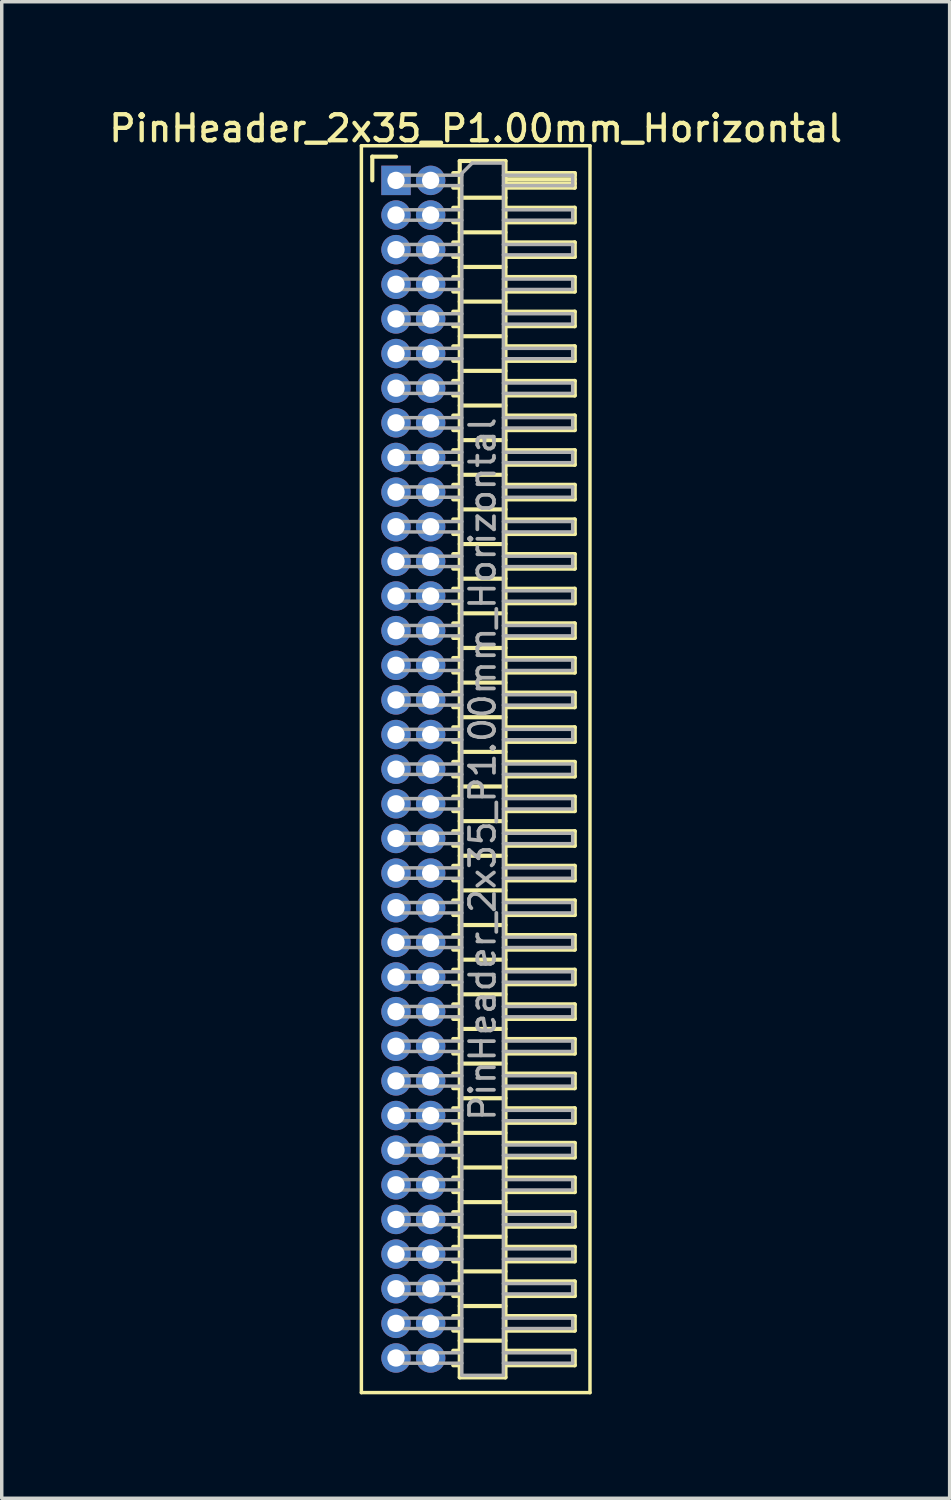
<source format=kicad_pcb>
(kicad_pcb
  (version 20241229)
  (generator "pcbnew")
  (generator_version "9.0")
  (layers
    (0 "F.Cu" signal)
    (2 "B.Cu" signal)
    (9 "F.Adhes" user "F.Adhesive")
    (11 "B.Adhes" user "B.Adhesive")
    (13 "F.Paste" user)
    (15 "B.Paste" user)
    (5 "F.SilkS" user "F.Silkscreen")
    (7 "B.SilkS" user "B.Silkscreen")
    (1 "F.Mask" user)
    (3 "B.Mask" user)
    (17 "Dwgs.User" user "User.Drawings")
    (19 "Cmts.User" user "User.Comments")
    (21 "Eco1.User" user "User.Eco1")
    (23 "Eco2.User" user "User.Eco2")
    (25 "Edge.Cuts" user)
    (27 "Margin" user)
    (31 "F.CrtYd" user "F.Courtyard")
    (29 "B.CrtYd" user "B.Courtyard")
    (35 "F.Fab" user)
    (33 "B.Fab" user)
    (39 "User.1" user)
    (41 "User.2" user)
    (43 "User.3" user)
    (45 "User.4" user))
  (footprint "PinHeader_2x35_P1.00mm_Horizontal"
    (layer "F.Cu")
    (at 8.384 2.158)
    (property "Reference" "PinHeader_2x35_P1.00mm_Horizontal" (at 2.3 -1.5 0) (layer "F.SilkS") (effects (font (size 0.75 0.75) (thickness 0.125))))
    (attr through_hole)
    (fp_line (start -1 -1) (end -1 35) (stroke (width 0.1) (type solid)) (layer "F.SilkS"))
    (fp_line (start -1 35) (end 5.6 35) (stroke (width 0.1) (type solid)) (layer "F.SilkS"))
    (fp_line (start -0.685 -0.685) (end 0 -0.685) (stroke (width 0.12) (type solid)) (layer "F.SilkS"))
    (fp_line (start -0.685 0) (end -0.685 -0.685) (stroke (width 0.12) (type solid)) (layer "F.SilkS"))
    (fp_line (start 1.652 -0.21) (end 1.84 -0.21) (stroke (width 0.12) (type solid)) (layer "F.SilkS"))
    (fp_line (start 1.652 0.21) (end 1.84 0.21) (stroke (width 0.12) (type solid)) (layer "F.SilkS"))
    (fp_line (start 1.652 0.79) (end 1.84 0.79) (stroke (width 0.12) (type solid)) (layer "F.SilkS"))
    (fp_line (start 1.652 1.21) (end 1.84 1.21) (stroke (width 0.12) (type solid)) (layer "F.SilkS"))
    (fp_line (start 1.652 1.79) (end 1.84 1.79) (stroke (width 0.12) (type solid)) (layer "F.SilkS"))
    (fp_line (start 1.652 2.21) (end 1.84 2.21) (stroke (width 0.12) (type solid)) (layer "F.SilkS"))
    (fp_line (start 1.652 2.79) (end 1.84 2.79) (stroke (width 0.12) (type solid)) (layer "F.SilkS"))
    (fp_line (start 1.652 3.21) (end 1.84 3.21) (stroke (width 0.12) (type solid)) (layer "F.SilkS"))
    (fp_line (start 1.652 3.79) (end 1.84 3.79) (stroke (width 0.12) (type solid)) (layer "F.SilkS"))
    (fp_line (start 1.652 4.21) (end 1.84 4.21) (stroke (width 0.12) (type solid)) (layer "F.SilkS"))
    (fp_line (start 1.652 4.79) (end 1.84 4.79) (stroke (width 0.12) (type solid)) (layer "F.SilkS"))
    (fp_line (start 1.652 5.21) (end 1.84 5.21) (stroke (width 0.12) (type solid)) (layer "F.SilkS"))
    (fp_line (start 1.652 5.79) (end 1.84 5.79) (stroke (width 0.12) (type solid)) (layer "F.SilkS"))
    (fp_line (start 1.652 6.21) (end 1.84 6.21) (stroke (width 0.12) (type solid)) (layer "F.SilkS"))
    (fp_line (start 1.652 6.79) (end 1.84 6.79) (stroke (width 0.12) (type solid)) (layer "F.SilkS"))
    (fp_line (start 1.652 7.21) (end 1.84 7.21) (stroke (width 0.12) (type solid)) (layer "F.SilkS"))
    (fp_line (start 1.652 7.79) (end 1.84 7.79) (stroke (width 0.12) (type solid)) (layer "F.SilkS"))
    (fp_line (start 1.652 8.21) (end 1.84 8.21) (stroke (width 0.12) (type solid)) (layer "F.SilkS"))
    (fp_line (start 1.652 8.79) (end 1.84 8.79) (stroke (width 0.12) (type solid)) (layer "F.SilkS"))
    (fp_line (start 1.652 9.21) (end 1.84 9.21) (stroke (width 0.12) (type solid)) (layer "F.SilkS"))
    (fp_line (start 1.652 9.79) (end 1.84 9.79) (stroke (width 0.12) (type solid)) (layer "F.SilkS"))
    (fp_line (start 1.652 10.21) (end 1.84 10.21) (stroke (width 0.12) (type solid)) (layer "F.SilkS"))
    (fp_line (start 1.652 10.79) (end 1.84 10.79) (stroke (width 0.12) (type solid)) (layer "F.SilkS"))
    (fp_line (start 1.652 11.21) (end 1.84 11.21) (stroke (width 0.12) (type solid)) (layer "F.SilkS"))
    (fp_line (start 1.652 11.79) (end 1.84 11.79) (stroke (width 0.12) (type solid)) (layer "F.SilkS"))
    (fp_line (start 1.652 12.21) (end 1.84 12.21) (stroke (width 0.12) (type solid)) (layer "F.SilkS"))
    (fp_line (start 1.652 12.79) (end 1.84 12.79) (stroke (width 0.12) (type solid)) (layer "F.SilkS"))
    (fp_line (start 1.652 13.21) (end 1.84 13.21) (stroke (width 0.12) (type solid)) (layer "F.SilkS"))
    (fp_line (start 1.652 13.79) (end 1.84 13.79) (stroke (width 0.12) (type solid)) (layer "F.SilkS"))
    (fp_line (start 1.652 14.21) (end 1.84 14.21) (stroke (width 0.12) (type solid)) (layer "F.SilkS"))
    (fp_line (start 1.652 14.79) (end 1.84 14.79) (stroke (width 0.12) (type solid)) (layer "F.SilkS"))
    (fp_line (start 1.652 15.21) (end 1.84 15.21) (stroke (width 0.12) (type solid)) (layer "F.SilkS"))
    (fp_line (start 1.652 15.79) (end 1.84 15.79) (stroke (width 0.12) (type solid)) (layer "F.SilkS"))
    (fp_line (start 1.652 16.21) (end 1.84 16.21) (stroke (width 0.12) (type solid)) (layer "F.SilkS"))
    (fp_line (start 1.652 16.79) (end 1.84 16.79) (stroke (width 0.12) (type solid)) (layer "F.SilkS"))
    (fp_line (start 1.652 17.21) (end 1.84 17.21) (stroke (width 0.12) (type solid)) (layer "F.SilkS"))
    (fp_line (start 1.652 17.79) (end 1.84 17.79) (stroke (width 0.12) (type solid)) (layer "F.SilkS"))
    (fp_line (start 1.652 18.21) (end 1.84 18.21) (stroke (width 0.12) (type solid)) (layer "F.SilkS"))
    (fp_line (start 1.652 18.79) (end 1.84 18.79) (stroke (width 0.12) (type solid)) (layer "F.SilkS"))
    (fp_line (start 1.652 19.21) (end 1.84 19.21) (stroke (width 0.12) (type solid)) (layer "F.SilkS"))
    (fp_line (start 1.652 19.79) (end 1.84 19.79) (stroke (width 0.12) (type solid)) (layer "F.SilkS"))
    (fp_line (start 1.652 20.21) (end 1.84 20.21) (stroke (width 0.12) (type solid)) (layer "F.SilkS"))
    (fp_line (start 1.652 20.79) (end 1.84 20.79) (stroke (width 0.12) (type solid)) (layer "F.SilkS"))
    (fp_line (start 1.652 21.21) (end 1.84 21.21) (stroke (width 0.12) (type solid)) (layer "F.SilkS"))
    (fp_line (start 1.652 21.79) (end 1.84 21.79) (stroke (width 0.12) (type solid)) (layer "F.SilkS"))
    (fp_line (start 1.652 22.21) (end 1.84 22.21) (stroke (width 0.12) (type solid)) (layer "F.SilkS"))
    (fp_line (start 1.652 22.79) (end 1.84 22.79) (stroke (width 0.12) (type solid)) (layer "F.SilkS"))
    (fp_line (start 1.652 23.21) (end 1.84 23.21) (stroke (width 0.12) (type solid)) (layer "F.SilkS"))
    (fp_line (start 1.652 23.79) (end 1.84 23.79) (stroke (width 0.12) (type solid)) (layer "F.SilkS"))
    (fp_line (start 1.652 24.21) (end 1.84 24.21) (stroke (width 0.12) (type solid)) (layer "F.SilkS"))
    (fp_line (start 1.652 24.79) (end 1.84 24.79) (stroke (width 0.12) (type solid)) (layer "F.SilkS"))
    (fp_line (start 1.652 25.21) (end 1.84 25.21) (stroke (width 0.12) (type solid)) (layer "F.SilkS"))
    (fp_line (start 1.652 25.79) (end 1.84 25.79) (stroke (width 0.12) (type solid)) (layer "F.SilkS"))
    (fp_line (start 1.652 26.21) (end 1.84 26.21) (stroke (width 0.12) (type solid)) (layer "F.SilkS"))
    (fp_line (start 1.652 26.79) (end 1.84 26.79) (stroke (width 0.12) (type solid)) (layer "F.SilkS"))
    (fp_line (start 1.652 27.21) (end 1.84 27.21) (stroke (width 0.12) (type solid)) (layer "F.SilkS"))
    (fp_line (start 1.652 27.79) (end 1.84 27.79) (stroke (width 0.12) (type solid)) (layer "F.SilkS"))
    (fp_line (start 1.652 28.21) (end 1.84 28.21) (stroke (width 0.12) (type solid)) (layer "F.SilkS"))
    (fp_line (start 1.652 28.79) (end 1.84 28.79) (stroke (width 0.12) (type solid)) (layer "F.SilkS"))
    (fp_line (start 1.652 29.21) (end 1.84 29.21) (stroke (width 0.12) (type solid)) (layer "F.SilkS"))
    (fp_line (start 1.652 29.79) (end 1.84 29.79) (stroke (width 0.12) (type solid)) (layer "F.SilkS"))
    (fp_line (start 1.652 30.21) (end 1.84 30.21) (stroke (width 0.12) (type solid)) (layer "F.SilkS"))
    (fp_line (start 1.652 30.79) (end 1.84 30.79) (stroke (width 0.12) (type solid)) (layer "F.SilkS"))
    (fp_line (start 1.652 31.21) (end 1.84 31.21) (stroke (width 0.12) (type solid)) (layer "F.SilkS"))
    (fp_line (start 1.652 31.79) (end 1.84 31.79) (stroke (width 0.12) (type solid)) (layer "F.SilkS"))
    (fp_line (start 1.652 32.21) (end 1.84 32.21) (stroke (width 0.12) (type solid)) (layer "F.SilkS"))
    (fp_line (start 1.652 32.79) (end 1.84 32.79) (stroke (width 0.12) (type solid)) (layer "F.SilkS"))
    (fp_line (start 1.652 33.21) (end 1.84 33.21) (stroke (width 0.12) (type solid)) (layer "F.SilkS"))
    (fp_line (start 1.652 33.79) (end 1.84 33.79) (stroke (width 0.12) (type solid)) (layer "F.SilkS"))
    (fp_line (start 1.652 34.21) (end 1.84 34.21) (stroke (width 0.12) (type solid)) (layer "F.SilkS"))
    (fp_line (start 1.84 -0.56) (end 1.84 34.56) (stroke (width 0.12) (type solid)) (layer "F.SilkS"))
    (fp_line (start 1.84 0.5) (end 3.16 0.5) (stroke (width 0.12) (type solid)) (layer "F.SilkS"))
    (fp_line (start 1.84 1.5) (end 3.16 1.5) (stroke (width 0.12) (type solid)) (layer "F.SilkS"))
    (fp_line (start 1.84 2.5) (end 3.16 2.5) (stroke (width 0.12) (type solid)) (layer "F.SilkS"))
    (fp_line (start 1.84 3.5) (end 3.16 3.5) (stroke (width 0.12) (type solid)) (layer "F.SilkS"))
    (fp_line (start 1.84 4.5) (end 3.16 4.5) (stroke (width 0.12) (type solid)) (layer "F.SilkS"))
    (fp_line (start 1.84 5.5) (end 3.16 5.5) (stroke (width 0.12) (type solid)) (layer "F.SilkS"))
    (fp_line (start 1.84 6.5) (end 3.16 6.5) (stroke (width 0.12) (type solid)) (layer "F.SilkS"))
    (fp_line (start 1.84 7.5) (end 3.16 7.5) (stroke (width 0.12) (type solid)) (layer "F.SilkS"))
    (fp_line (start 1.84 8.5) (end 3.16 8.5) (stroke (width 0.12) (type solid)) (layer "F.SilkS"))
    (fp_line (start 1.84 9.5) (end 3.16 9.5) (stroke (width 0.12) (type solid)) (layer "F.SilkS"))
    (fp_line (start 1.84 10.5) (end 3.16 10.5) (stroke (width 0.12) (type solid)) (layer "F.SilkS"))
    (fp_line (start 1.84 11.5) (end 3.16 11.5) (stroke (width 0.12) (type solid)) (layer "F.SilkS"))
    (fp_line (start 1.84 12.5) (end 3.16 12.5) (stroke (width 0.12) (type solid)) (layer "F.SilkS"))
    (fp_line (start 1.84 13.5) (end 3.16 13.5) (stroke (width 0.12) (type solid)) (layer "F.SilkS"))
    (fp_line (start 1.84 14.5) (end 3.16 14.5) (stroke (width 0.12) (type solid)) (layer "F.SilkS"))
    (fp_line (start 1.84 15.5) (end 3.16 15.5) (stroke (width 0.12) (type solid)) (layer "F.SilkS"))
    (fp_line (start 1.84 16.5) (end 3.16 16.5) (stroke (width 0.12) (type solid)) (layer "F.SilkS"))
    (fp_line (start 1.84 17.5) (end 3.16 17.5) (stroke (width 0.12) (type solid)) (layer "F.SilkS"))
    (fp_line (start 1.84 18.5) (end 3.16 18.5) (stroke (width 0.12) (type solid)) (layer "F.SilkS"))
    (fp_line (start 1.84 19.5) (end 3.16 19.5) (stroke (width 0.12) (type solid)) (layer "F.SilkS"))
    (fp_line (start 1.84 20.5) (end 3.16 20.5) (stroke (width 0.12) (type solid)) (layer "F.SilkS"))
    (fp_line (start 1.84 21.5) (end 3.16 21.5) (stroke (width 0.12) (type solid)) (layer "F.SilkS"))
    (fp_line (start 1.84 22.5) (end 3.16 22.5) (stroke (width 0.12) (type solid)) (layer "F.SilkS"))
    (fp_line (start 1.84 23.5) (end 3.16 23.5) (stroke (width 0.12) (type solid)) (layer "F.SilkS"))
    (fp_line (start 1.84 24.5) (end 3.16 24.5) (stroke (width 0.12) (type solid)) (layer "F.SilkS"))
    (fp_line (start 1.84 25.5) (end 3.16 25.5) (stroke (width 0.12) (type solid)) (layer "F.SilkS"))
    (fp_line (start 1.84 26.5) (end 3.16 26.5) (stroke (width 0.12) (type solid)) (layer "F.SilkS"))
    (fp_line (start 1.84 27.5) (end 3.16 27.5) (stroke (width 0.12) (type solid)) (layer "F.SilkS"))
    (fp_line (start 1.84 28.5) (end 3.16 28.5) (stroke (width 0.12) (type solid)) (layer "F.SilkS"))
    (fp_line (start 1.84 29.5) (end 3.16 29.5) (stroke (width 0.12) (type solid)) (layer "F.SilkS"))
    (fp_line (start 1.84 30.5) (end 3.16 30.5) (stroke (width 0.12) (type solid)) (layer "F.SilkS"))
    (fp_line (start 1.84 31.5) (end 3.16 31.5) (stroke (width 0.12) (type solid)) (layer "F.SilkS"))
    (fp_line (start 1.84 32.5) (end 3.16 32.5) (stroke (width 0.12) (type solid)) (layer "F.SilkS"))
    (fp_line (start 1.84 33.5) (end 3.16 33.5) (stroke (width 0.12) (type solid)) (layer "F.SilkS"))
    (fp_line (start 1.84 34.56) (end 3.16 34.56) (stroke (width 0.12) (type solid)) (layer "F.SilkS"))
    (fp_line (start 3.16 -0.56) (end 1.84 -0.56) (stroke (width 0.12) (type solid)) (layer "F.SilkS"))
    (fp_line (start 3.16 -0.21) (end 5.16 -0.21) (stroke (width 0.12) (type solid)) (layer "F.SilkS"))
    (fp_line (start 3.16 -0.15) (end 5.16 -0.15) (stroke (width 0.12) (type solid)) (layer "F.SilkS"))
    (fp_line (start 3.16 -0.03) (end 5.16 -0.03) (stroke (width 0.12) (type solid)) (layer "F.SilkS"))
    (fp_line (start 3.16 0.09) (end 5.16 0.09) (stroke (width 0.12) (type solid)) (layer "F.SilkS"))
    (fp_line (start 3.16 0.79) (end 5.16 0.79) (stroke (width 0.12) (type solid)) (layer "F.SilkS"))
    (fp_line (start 3.16 1.79) (end 5.16 1.79) (stroke (width 0.12) (type solid)) (layer "F.SilkS"))
    (fp_line (start 3.16 2.79) (end 5.16 2.79) (stroke (width 0.12) (type solid)) (layer "F.SilkS"))
    (fp_line (start 3.16 3.79) (end 5.16 3.79) (stroke (width 0.12) (type solid)) (layer "F.SilkS"))
    (fp_line (start 3.16 4.79) (end 5.16 4.79) (stroke (width 0.12) (type solid)) (layer "F.SilkS"))
    (fp_line (start 3.16 5.79) (end 5.16 5.79) (stroke (width 0.12) (type solid)) (layer "F.SilkS"))
    (fp_line (start 3.16 6.79) (end 5.16 6.79) (stroke (width 0.12) (type solid)) (layer "F.SilkS"))
    (fp_line (start 3.16 7.79) (end 5.16 7.79) (stroke (width 0.12) (type solid)) (layer "F.SilkS"))
    (fp_line (start 3.16 8.79) (end 5.16 8.79) (stroke (width 0.12) (type solid)) (layer "F.SilkS"))
    (fp_line (start 3.16 9.79) (end 5.16 9.79) (stroke (width 0.12) (type solid)) (layer "F.SilkS"))
    (fp_line (start 3.16 10.79) (end 5.16 10.79) (stroke (width 0.12) (type solid)) (layer "F.SilkS"))
    (fp_line (start 3.16 11.79) (end 5.16 11.79) (stroke (width 0.12) (type solid)) (layer "F.SilkS"))
    (fp_line (start 3.16 12.79) (end 5.16 12.79) (stroke (width 0.12) (type solid)) (layer "F.SilkS"))
    (fp_line (start 3.16 13.79) (end 5.16 13.79) (stroke (width 0.12) (type solid)) (layer "F.SilkS"))
    (fp_line (start 3.16 14.79) (end 5.16 14.79) (stroke (width 0.12) (type solid)) (layer "F.SilkS"))
    (fp_line (start 3.16 15.79) (end 5.16 15.79) (stroke (width 0.12) (type solid)) (layer "F.SilkS"))
    (fp_line (start 3.16 16.79) (end 5.16 16.79) (stroke (width 0.12) (type solid)) (layer "F.SilkS"))
    (fp_line (start 3.16 17.79) (end 5.16 17.79) (stroke (width 0.12) (type solid)) (layer "F.SilkS"))
    (fp_line (start 3.16 18.79) (end 5.16 18.79) (stroke (width 0.12) (type solid)) (layer "F.SilkS"))
    (fp_line (start 3.16 19.79) (end 5.16 19.79) (stroke (width 0.12) (type solid)) (layer "F.SilkS"))
    (fp_line (start 3.16 20.79) (end 5.16 20.79) (stroke (width 0.12) (type solid)) (layer "F.SilkS"))
    (fp_line (start 3.16 21.79) (end 5.16 21.79) (stroke (width 0.12) (type solid)) (layer "F.SilkS"))
    (fp_line (start 3.16 22.79) (end 5.16 22.79) (stroke (width 0.12) (type solid)) (layer "F.SilkS"))
    (fp_line (start 3.16 23.79) (end 5.16 23.79) (stroke (width 0.12) (type solid)) (layer "F.SilkS"))
    (fp_line (start 3.16 24.79) (end 5.16 24.79) (stroke (width 0.12) (type solid)) (layer "F.SilkS"))
    (fp_line (start 3.16 25.79) (end 5.16 25.79) (stroke (width 0.12) (type solid)) (layer "F.SilkS"))
    (fp_line (start 3.16 26.79) (end 5.16 26.79) (stroke (width 0.12) (type solid)) (layer "F.SilkS"))
    (fp_line (start 3.16 27.79) (end 5.16 27.79) (stroke (width 0.12) (type solid)) (layer "F.SilkS"))
    (fp_line (start 3.16 28.79) (end 5.16 28.79) (stroke (width 0.12) (type solid)) (layer "F.SilkS"))
    (fp_line (start 3.16 29.79) (end 5.16 29.79) (stroke (width 0.12) (type solid)) (layer "F.SilkS"))
    (fp_line (start 3.16 30.79) (end 5.16 30.79) (stroke (width 0.12) (type solid)) (layer "F.SilkS"))
    (fp_line (start 3.16 31.79) (end 5.16 31.79) (stroke (width 0.12) (type solid)) (layer "F.SilkS"))
    (fp_line (start 3.16 32.79) (end 5.16 32.79) (stroke (width 0.12) (type solid)) (layer "F.SilkS"))
    (fp_line (start 3.16 33.79) (end 5.16 33.79) (stroke (width 0.12) (type solid)) (layer "F.SilkS"))
    (fp_line (start 3.16 34.56) (end 3.16 -0.56) (stroke (width 0.12) (type solid)) (layer "F.SilkS"))
    (fp_line (start 5.16 -0.21) (end 5.16 0.21) (stroke (width 0.12) (type solid)) (layer "F.SilkS"))
    (fp_line (start 5.16 0.21) (end 3.16 0.21) (stroke (width 0.12) (type solid)) (layer "F.SilkS"))
    (fp_line (start 5.16 0.79) (end 5.16 1.21) (stroke (width 0.12) (type solid)) (layer "F.SilkS"))
    (fp_line (start 5.16 1.21) (end 3.16 1.21) (stroke (width 0.12) (type solid)) (layer "F.SilkS"))
    (fp_line (start 5.16 1.79) (end 5.16 2.21) (stroke (width 0.12) (type solid)) (layer "F.SilkS"))
    (fp_line (start 5.16 2.21) (end 3.16 2.21) (stroke (width 0.12) (type solid)) (layer "F.SilkS"))
    (fp_line (start 5.16 2.79) (end 5.16 3.21) (stroke (width 0.12) (type solid)) (layer "F.SilkS"))
    (fp_line (start 5.16 3.21) (end 3.16 3.21) (stroke (width 0.12) (type solid)) (layer "F.SilkS"))
    (fp_line (start 5.16 3.79) (end 5.16 4.21) (stroke (width 0.12) (type solid)) (layer "F.SilkS"))
    (fp_line (start 5.16 4.21) (end 3.16 4.21) (stroke (width 0.12) (type solid)) (layer "F.SilkS"))
    (fp_line (start 5.16 4.79) (end 5.16 5.21) (stroke (width 0.12) (type solid)) (layer "F.SilkS"))
    (fp_line (start 5.16 5.21) (end 3.16 5.21) (stroke (width 0.12) (type solid)) (layer "F.SilkS"))
    (fp_line (start 5.16 5.79) (end 5.16 6.21) (stroke (width 0.12) (type solid)) (layer "F.SilkS"))
    (fp_line (start 5.16 6.21) (end 3.16 6.21) (stroke (width 0.12) (type solid)) (layer "F.SilkS"))
    (fp_line (start 5.16 6.79) (end 5.16 7.21) (stroke (width 0.12) (type solid)) (layer "F.SilkS"))
    (fp_line (start 5.16 7.21) (end 3.16 7.21) (stroke (width 0.12) (type solid)) (layer "F.SilkS"))
    (fp_line (start 5.16 7.79) (end 5.16 8.21) (stroke (width 0.12) (type solid)) (layer "F.SilkS"))
    (fp_line (start 5.16 8.21) (end 3.16 8.21) (stroke (width 0.12) (type solid)) (layer "F.SilkS"))
    (fp_line (start 5.16 8.79) (end 5.16 9.21) (stroke (width 0.12) (type solid)) (layer "F.SilkS"))
    (fp_line (start 5.16 9.21) (end 3.16 9.21) (stroke (width 0.12) (type solid)) (layer "F.SilkS"))
    (fp_line (start 5.16 9.79) (end 5.16 10.21) (stroke (width 0.12) (type solid)) (layer "F.SilkS"))
    (fp_line (start 5.16 10.21) (end 3.16 10.21) (stroke (width 0.12) (type solid)) (layer "F.SilkS"))
    (fp_line (start 5.16 10.79) (end 5.16 11.21) (stroke (width 0.12) (type solid)) (layer "F.SilkS"))
    (fp_line (start 5.16 11.21) (end 3.16 11.21) (stroke (width 0.12) (type solid)) (layer "F.SilkS"))
    (fp_line (start 5.16 11.79) (end 5.16 12.21) (stroke (width 0.12) (type solid)) (layer "F.SilkS"))
    (fp_line (start 5.16 12.21) (end 3.16 12.21) (stroke (width 0.12) (type solid)) (layer "F.SilkS"))
    (fp_line (start 5.16 12.79) (end 5.16 13.21) (stroke (width 0.12) (type solid)) (layer "F.SilkS"))
    (fp_line (start 5.16 13.21) (end 3.16 13.21) (stroke (width 0.12) (type solid)) (layer "F.SilkS"))
    (fp_line (start 5.16 13.79) (end 5.16 14.21) (stroke (width 0.12) (type solid)) (layer "F.SilkS"))
    (fp_line (start 5.16 14.21) (end 3.16 14.21) (stroke (width 0.12) (type solid)) (layer "F.SilkS"))
    (fp_line (start 5.16 14.79) (end 5.16 15.21) (stroke (width 0.12) (type solid)) (layer "F.SilkS"))
    (fp_line (start 5.16 15.21) (end 3.16 15.21) (stroke (width 0.12) (type solid)) (layer "F.SilkS"))
    (fp_line (start 5.16 15.79) (end 5.16 16.21) (stroke (width 0.12) (type solid)) (layer "F.SilkS"))
    (fp_line (start 5.16 16.21) (end 3.16 16.21) (stroke (width 0.12) (type solid)) (layer "F.SilkS"))
    (fp_line (start 5.16 16.79) (end 5.16 17.21) (stroke (width 0.12) (type solid)) (layer "F.SilkS"))
    (fp_line (start 5.16 17.21) (end 3.16 17.21) (stroke (width 0.12) (type solid)) (layer "F.SilkS"))
    (fp_line (start 5.16 17.79) (end 5.16 18.21) (stroke (width 0.12) (type solid)) (layer "F.SilkS"))
    (fp_line (start 5.16 18.21) (end 3.16 18.21) (stroke (width 0.12) (type solid)) (layer "F.SilkS"))
    (fp_line (start 5.16 18.79) (end 5.16 19.21) (stroke (width 0.12) (type solid)) (layer "F.SilkS"))
    (fp_line (start 5.16 19.21) (end 3.16 19.21) (stroke (width 0.12) (type solid)) (layer "F.SilkS"))
    (fp_line (start 5.16 19.79) (end 5.16 20.21) (stroke (width 0.12) (type solid)) (layer "F.SilkS"))
    (fp_line (start 5.16 20.21) (end 3.16 20.21) (stroke (width 0.12) (type solid)) (layer "F.SilkS"))
    (fp_line (start 5.16 20.79) (end 5.16 21.21) (stroke (width 0.12) (type solid)) (layer "F.SilkS"))
    (fp_line (start 5.16 21.21) (end 3.16 21.21) (stroke (width 0.12) (type solid)) (layer "F.SilkS"))
    (fp_line (start 5.16 21.79) (end 5.16 22.21) (stroke (width 0.12) (type solid)) (layer "F.SilkS"))
    (fp_line (start 5.16 22.21) (end 3.16 22.21) (stroke (width 0.12) (type solid)) (layer "F.SilkS"))
    (fp_line (start 5.16 22.79) (end 5.16 23.21) (stroke (width 0.12) (type solid)) (layer "F.SilkS"))
    (fp_line (start 5.16 23.21) (end 3.16 23.21) (stroke (width 0.12) (type solid)) (layer "F.SilkS"))
    (fp_line (start 5.16 23.79) (end 5.16 24.21) (stroke (width 0.12) (type solid)) (layer "F.SilkS"))
    (fp_line (start 5.16 24.21) (end 3.16 24.21) (stroke (width 0.12) (type solid)) (layer "F.SilkS"))
    (fp_line (start 5.16 24.79) (end 5.16 25.21) (stroke (width 0.12) (type solid)) (layer "F.SilkS"))
    (fp_line (start 5.16 25.21) (end 3.16 25.21) (stroke (width 0.12) (type solid)) (layer "F.SilkS"))
    (fp_line (start 5.16 25.79) (end 5.16 26.21) (stroke (width 0.12) (type solid)) (layer "F.SilkS"))
    (fp_line (start 5.16 26.21) (end 3.16 26.21) (stroke (width 0.12) (type solid)) (layer "F.SilkS"))
    (fp_line (start 5.16 26.79) (end 5.16 27.21) (stroke (width 0.12) (type solid)) (layer "F.SilkS"))
    (fp_line (start 5.16 27.21) (end 3.16 27.21) (stroke (width 0.12) (type solid)) (layer "F.SilkS"))
    (fp_line (start 5.16 27.79) (end 5.16 28.21) (stroke (width 0.12) (type solid)) (layer "F.SilkS"))
    (fp_line (start 5.16 28.21) (end 3.16 28.21) (stroke (width 0.12) (type solid)) (layer "F.SilkS"))
    (fp_line (start 5.16 28.79) (end 5.16 29.21) (stroke (width 0.12) (type solid)) (layer "F.SilkS"))
    (fp_line (start 5.16 29.21) (end 3.16 29.21) (stroke (width 0.12) (type solid)) (layer "F.SilkS"))
    (fp_line (start 5.16 29.79) (end 5.16 30.21) (stroke (width 0.12) (type solid)) (layer "F.SilkS"))
    (fp_line (start 5.16 30.21) (end 3.16 30.21) (stroke (width 0.12) (type solid)) (layer "F.SilkS"))
    (fp_line (start 5.16 30.79) (end 5.16 31.21) (stroke (width 0.12) (type solid)) (layer "F.SilkS"))
    (fp_line (start 5.16 31.21) (end 3.16 31.21) (stroke (width 0.12) (type solid)) (layer "F.SilkS"))
    (fp_line (start 5.16 31.79) (end 5.16 32.21) (stroke (width 0.12) (type solid)) (layer "F.SilkS"))
    (fp_line (start 5.16 32.21) (end 3.16 32.21) (stroke (width 0.12) (type solid)) (layer "F.SilkS"))
    (fp_line (start 5.16 32.79) (end 5.16 33.21) (stroke (width 0.12) (type solid)) (layer "F.SilkS"))
    (fp_line (start 5.16 33.21) (end 3.16 33.21) (stroke (width 0.12) (type solid)) (layer "F.SilkS"))
    (fp_line (start 5.16 33.79) (end 5.16 34.21) (stroke (width 0.12) (type solid)) (layer "F.SilkS"))
    (fp_line (start 5.16 34.21) (end 3.16 34.21) (stroke (width 0.12) (type solid)) (layer "F.SilkS"))
    (fp_line (start 5.6 -1) (end -1 -1) (stroke (width 0.1) (type solid)) (layer "F.SilkS"))
    (fp_line (start 5.6 35) (end 5.6 -1) (stroke (width 0.1) (type solid)) (layer "F.SilkS"))
    (fp_line (start -0.15 -0.15) (end -0.15 0.15) (stroke (width 0.1) (type solid)) (layer "F.Fab"))
    (fp_line (start -0.15 -0.15) (end 1.9 -0.15) (stroke (width 0.1) (type solid)) (layer "F.Fab"))
    (fp_line (start -0.15 0.15) (end 1.9 0.15) (stroke (width 0.1) (type solid)) (layer "F.Fab"))
    (fp_line (start -0.15 0.85) (end -0.15 1.15) (stroke (width 0.1) (type solid)) (layer "F.Fab"))
    (fp_line (start -0.15 0.85) (end 1.9 0.85) (stroke (width 0.1) (type solid)) (layer "F.Fab"))
    (fp_line (start -0.15 1.15) (end 1.9 1.15) (stroke (width 0.1) (type solid)) (layer "F.Fab"))
    (fp_line (start -0.15 1.85) (end -0.15 2.15) (stroke (width 0.1) (type solid)) (layer "F.Fab"))
    (fp_line (start -0.15 1.85) (end 1.9 1.85) (stroke (width 0.1) (type solid)) (layer "F.Fab"))
    (fp_line (start -0.15 2.15) (end 1.9 2.15) (stroke (width 0.1) (type solid)) (layer "F.Fab"))
    (fp_line (start -0.15 2.85) (end -0.15 3.15) (stroke (width 0.1) (type solid)) (layer "F.Fab"))
    (fp_line (start -0.15 2.85) (end 1.9 2.85) (stroke (width 0.1) (type solid)) (layer "F.Fab"))
    (fp_line (start -0.15 3.15) (end 1.9 3.15) (stroke (width 0.1) (type solid)) (layer "F.Fab"))
    (fp_line (start -0.15 3.85) (end -0.15 4.15) (stroke (width 0.1) (type solid)) (layer "F.Fab"))
    (fp_line (start -0.15 3.85) (end 1.9 3.85) (stroke (width 0.1) (type solid)) (layer "F.Fab"))
    (fp_line (start -0.15 4.15) (end 1.9 4.15) (stroke (width 0.1) (type solid)) (layer "F.Fab"))
    (fp_line (start -0.15 4.85) (end -0.15 5.15) (stroke (width 0.1) (type solid)) (layer "F.Fab"))
    (fp_line (start -0.15 4.85) (end 1.9 4.85) (stroke (width 0.1) (type solid)) (layer "F.Fab"))
    (fp_line (start -0.15 5.15) (end 1.9 5.15) (stroke (width 0.1) (type solid)) (layer "F.Fab"))
    (fp_line (start -0.15 5.85) (end -0.15 6.15) (stroke (width 0.1) (type solid)) (layer "F.Fab"))
    (fp_line (start -0.15 5.85) (end 1.9 5.85) (stroke (width 0.1) (type solid)) (layer "F.Fab"))
    (fp_line (start -0.15 6.15) (end 1.9 6.15) (stroke (width 0.1) (type solid)) (layer "F.Fab"))
    (fp_line (start -0.15 6.85) (end -0.15 7.15) (stroke (width 0.1) (type solid)) (layer "F.Fab"))
    (fp_line (start -0.15 6.85) (end 1.9 6.85) (stroke (width 0.1) (type solid)) (layer "F.Fab"))
    (fp_line (start -0.15 7.15) (end 1.9 7.15) (stroke (width 0.1) (type solid)) (layer "F.Fab"))
    (fp_line (start -0.15 7.85) (end -0.15 8.15) (stroke (width 0.1) (type solid)) (layer "F.Fab"))
    (fp_line (start -0.15 7.85) (end 1.9 7.85) (stroke (width 0.1) (type solid)) (layer "F.Fab"))
    (fp_line (start -0.15 8.15) (end 1.9 8.15) (stroke (width 0.1) (type solid)) (layer "F.Fab"))
    (fp_line (start -0.15 8.85) (end -0.15 9.15) (stroke (width 0.1) (type solid)) (layer "F.Fab"))
    (fp_line (start -0.15 8.85) (end 1.9 8.85) (stroke (width 0.1) (type solid)) (layer "F.Fab"))
    (fp_line (start -0.15 9.15) (end 1.9 9.15) (stroke (width 0.1) (type solid)) (layer "F.Fab"))
    (fp_line (start -0.15 9.85) (end -0.15 10.15) (stroke (width 0.1) (type solid)) (layer "F.Fab"))
    (fp_line (start -0.15 9.85) (end 1.9 9.85) (stroke (width 0.1) (type solid)) (layer "F.Fab"))
    (fp_line (start -0.15 10.15) (end 1.9 10.15) (stroke (width 0.1) (type solid)) (layer "F.Fab"))
    (fp_line (start -0.15 10.85) (end -0.15 11.15) (stroke (width 0.1) (type solid)) (layer "F.Fab"))
    (fp_line (start -0.15 10.85) (end 1.9 10.85) (stroke (width 0.1) (type solid)) (layer "F.Fab"))
    (fp_line (start -0.15 11.15) (end 1.9 11.15) (stroke (width 0.1) (type solid)) (layer "F.Fab"))
    (fp_line (start -0.15 11.85) (end -0.15 12.15) (stroke (width 0.1) (type solid)) (layer "F.Fab"))
    (fp_line (start -0.15 11.85) (end 1.9 11.85) (stroke (width 0.1) (type solid)) (layer "F.Fab"))
    (fp_line (start -0.15 12.15) (end 1.9 12.15) (stroke (width 0.1) (type solid)) (layer "F.Fab"))
    (fp_line (start -0.15 12.85) (end -0.15 13.15) (stroke (width 0.1) (type solid)) (layer "F.Fab"))
    (fp_line (start -0.15 12.85) (end 1.9 12.85) (stroke (width 0.1) (type solid)) (layer "F.Fab"))
    (fp_line (start -0.15 13.15) (end 1.9 13.15) (stroke (width 0.1) (type solid)) (layer "F.Fab"))
    (fp_line (start -0.15 13.85) (end -0.15 14.15) (stroke (width 0.1) (type solid)) (layer "F.Fab"))
    (fp_line (start -0.15 13.85) (end 1.9 13.85) (stroke (width 0.1) (type solid)) (layer "F.Fab"))
    (fp_line (start -0.15 14.15) (end 1.9 14.15) (stroke (width 0.1) (type solid)) (layer "F.Fab"))
    (fp_line (start -0.15 14.85) (end -0.15 15.15) (stroke (width 0.1) (type solid)) (layer "F.Fab"))
    (fp_line (start -0.15 14.85) (end 1.9 14.85) (stroke (width 0.1) (type solid)) (layer "F.Fab"))
    (fp_line (start -0.15 15.15) (end 1.9 15.15) (stroke (width 0.1) (type solid)) (layer "F.Fab"))
    (fp_line (start -0.15 15.85) (end -0.15 16.15) (stroke (width 0.1) (type solid)) (layer "F.Fab"))
    (fp_line (start -0.15 15.85) (end 1.9 15.85) (stroke (width 0.1) (type solid)) (layer "F.Fab"))
    (fp_line (start -0.15 16.15) (end 1.9 16.15) (stroke (width 0.1) (type solid)) (layer "F.Fab"))
    (fp_line (start -0.15 16.85) (end -0.15 17.15) (stroke (width 0.1) (type solid)) (layer "F.Fab"))
    (fp_line (start -0.15 16.85) (end 1.9 16.85) (stroke (width 0.1) (type solid)) (layer "F.Fab"))
    (fp_line (start -0.15 17.15) (end 1.9 17.15) (stroke (width 0.1) (type solid)) (layer "F.Fab"))
    (fp_line (start -0.15 17.85) (end -0.15 18.15) (stroke (width 0.1) (type solid)) (layer "F.Fab"))
    (fp_line (start -0.15 17.85) (end 1.9 17.85) (stroke (width 0.1) (type solid)) (layer "F.Fab"))
    (fp_line (start -0.15 18.15) (end 1.9 18.15) (stroke (width 0.1) (type solid)) (layer "F.Fab"))
    (fp_line (start -0.15 18.85) (end -0.15 19.15) (stroke (width 0.1) (type solid)) (layer "F.Fab"))
    (fp_line (start -0.15 18.85) (end 1.9 18.85) (stroke (width 0.1) (type solid)) (layer "F.Fab"))
    (fp_line (start -0.15 19.15) (end 1.9 19.15) (stroke (width 0.1) (type solid)) (layer "F.Fab"))
    (fp_line (start -0.15 19.85) (end -0.15 20.15) (stroke (width 0.1) (type solid)) (layer "F.Fab"))
    (fp_line (start -0.15 19.85) (end 1.9 19.85) (stroke (width 0.1) (type solid)) (layer "F.Fab"))
    (fp_line (start -0.15 20.15) (end 1.9 20.15) (stroke (width 0.1) (type solid)) (layer "F.Fab"))
    (fp_line (start -0.15 20.85) (end -0.15 21.15) (stroke (width 0.1) (type solid)) (layer "F.Fab"))
    (fp_line (start -0.15 20.85) (end 1.9 20.85) (stroke (width 0.1) (type solid)) (layer "F.Fab"))
    (fp_line (start -0.15 21.15) (end 1.9 21.15) (stroke (width 0.1) (type solid)) (layer "F.Fab"))
    (fp_line (start -0.15 21.85) (end -0.15 22.15) (stroke (width 0.1) (type solid)) (layer "F.Fab"))
    (fp_line (start -0.15 21.85) (end 1.9 21.85) (stroke (width 0.1) (type solid)) (layer "F.Fab"))
    (fp_line (start -0.15 22.15) (end 1.9 22.15) (stroke (width 0.1) (type solid)) (layer "F.Fab"))
    (fp_line (start -0.15 22.85) (end -0.15 23.15) (stroke (width 0.1) (type solid)) (layer "F.Fab"))
    (fp_line (start -0.15 22.85) (end 1.9 22.85) (stroke (width 0.1) (type solid)) (layer "F.Fab"))
    (fp_line (start -0.15 23.15) (end 1.9 23.15) (stroke (width 0.1) (type solid)) (layer "F.Fab"))
    (fp_line (start -0.15 23.85) (end -0.15 24.15) (stroke (width 0.1) (type solid)) (layer "F.Fab"))
    (fp_line (start -0.15 23.85) (end 1.9 23.85) (stroke (width 0.1) (type solid)) (layer "F.Fab"))
    (fp_line (start -0.15 24.15) (end 1.9 24.15) (stroke (width 0.1) (type solid)) (layer "F.Fab"))
    (fp_line (start -0.15 24.85) (end -0.15 25.15) (stroke (width 0.1) (type solid)) (layer "F.Fab"))
    (fp_line (start -0.15 24.85) (end 1.9 24.85) (stroke (width 0.1) (type solid)) (layer "F.Fab"))
    (fp_line (start -0.15 25.15) (end 1.9 25.15) (stroke (width 0.1) (type solid)) (layer "F.Fab"))
    (fp_line (start -0.15 25.85) (end -0.15 26.15) (stroke (width 0.1) (type solid)) (layer "F.Fab"))
    (fp_line (start -0.15 25.85) (end 1.9 25.85) (stroke (width 0.1) (type solid)) (layer "F.Fab"))
    (fp_line (start -0.15 26.15) (end 1.9 26.15) (stroke (width 0.1) (type solid)) (layer "F.Fab"))
    (fp_line (start -0.15 26.85) (end -0.15 27.15) (stroke (width 0.1) (type solid)) (layer "F.Fab"))
    (fp_line (start -0.15 26.85) (end 1.9 26.85) (stroke (width 0.1) (type solid)) (layer "F.Fab"))
    (fp_line (start -0.15 27.15) (end 1.9 27.15) (stroke (width 0.1) (type solid)) (layer "F.Fab"))
    (fp_line (start -0.15 27.85) (end -0.15 28.15) (stroke (width 0.1) (type solid)) (layer "F.Fab"))
    (fp_line (start -0.15 27.85) (end 1.9 27.85) (stroke (width 0.1) (type solid)) (layer "F.Fab"))
    (fp_line (start -0.15 28.15) (end 1.9 28.15) (stroke (width 0.1) (type solid)) (layer "F.Fab"))
    (fp_line (start -0.15 28.85) (end -0.15 29.15) (stroke (width 0.1) (type solid)) (layer "F.Fab"))
    (fp_line (start -0.15 28.85) (end 1.9 28.85) (stroke (width 0.1) (type solid)) (layer "F.Fab"))
    (fp_line (start -0.15 29.15) (end 1.9 29.15) (stroke (width 0.1) (type solid)) (layer "F.Fab"))
    (fp_line (start -0.15 29.85) (end -0.15 30.15) (stroke (width 0.1) (type solid)) (layer "F.Fab"))
    (fp_line (start -0.15 29.85) (end 1.9 29.85) (stroke (width 0.1) (type solid)) (layer "F.Fab"))
    (fp_line (start -0.15 30.15) (end 1.9 30.15) (stroke (width 0.1) (type solid)) (layer "F.Fab"))
    (fp_line (start -0.15 30.85) (end -0.15 31.15) (stroke (width 0.1) (type solid)) (layer "F.Fab"))
    (fp_line (start -0.15 30.85) (end 1.9 30.85) (stroke (width 0.1) (type solid)) (layer "F.Fab"))
    (fp_line (start -0.15 31.15) (end 1.9 31.15) (stroke (width 0.1) (type solid)) (layer "F.Fab"))
    (fp_line (start -0.15 31.85) (end -0.15 32.15) (stroke (width 0.1) (type solid)) (layer "F.Fab"))
    (fp_line (start -0.15 31.85) (end 1.9 31.85) (stroke (width 0.1) (type solid)) (layer "F.Fab"))
    (fp_line (start -0.15 32.15) (end 1.9 32.15) (stroke (width 0.1) (type solid)) (layer "F.Fab"))
    (fp_line (start -0.15 32.85) (end -0.15 33.15) (stroke (width 0.1) (type solid)) (layer "F.Fab"))
    (fp_line (start -0.15 32.85) (end 1.9 32.85) (stroke (width 0.1) (type solid)) (layer "F.Fab"))
    (fp_line (start -0.15 33.15) (end 1.9 33.15) (stroke (width 0.1) (type solid)) (layer "F.Fab"))
    (fp_line (start -0.15 33.85) (end -0.15 34.15) (stroke (width 0.1) (type solid)) (layer "F.Fab"))
    (fp_line (start -0.15 33.85) (end 1.9 33.85) (stroke (width 0.1) (type solid)) (layer "F.Fab"))
    (fp_line (start -0.15 34.15) (end 1.9 34.15) (stroke (width 0.1) (type solid)) (layer "F.Fab"))
    (fp_line (start 1.9 -0.2) (end 2.2 -0.5) (stroke (width 0.1) (type solid)) (layer "F.Fab"))
    (fp_line (start 1.9 34.5) (end 1.9 -0.2) (stroke (width 0.1) (type solid)) (layer "F.Fab"))
    (fp_line (start 2.2 -0.5) (end 3.1 -0.5) (stroke (width 0.1) (type solid)) (layer "F.Fab"))
    (fp_line (start 3.1 -0.5) (end 3.1 34.5) (stroke (width 0.1) (type solid)) (layer "F.Fab"))
    (fp_line (start 3.1 -0.15) (end 5.1 -0.15) (stroke (width 0.1) (type solid)) (layer "F.Fab"))
    (fp_line (start 3.1 0.15) (end 5.1 0.15) (stroke (width 0.1) (type solid)) (layer "F.Fab"))
    (fp_line (start 3.1 0.85) (end 5.1 0.85) (stroke (width 0.1) (type solid)) (layer "F.Fab"))
    (fp_line (start 3.1 1.15) (end 5.1 1.15) (stroke (width 0.1) (type solid)) (layer "F.Fab"))
    (fp_line (start 3.1 1.85) (end 5.1 1.85) (stroke (width 0.1) (type solid)) (layer "F.Fab"))
    (fp_line (start 3.1 2.15) (end 5.1 2.15) (stroke (width 0.1) (type solid)) (layer "F.Fab"))
    (fp_line (start 3.1 2.85) (end 5.1 2.85) (stroke (width 0.1) (type solid)) (layer "F.Fab"))
    (fp_line (start 3.1 3.15) (end 5.1 3.15) (stroke (width 0.1) (type solid)) (layer "F.Fab"))
    (fp_line (start 3.1 3.85) (end 5.1 3.85) (stroke (width 0.1) (type solid)) (layer "F.Fab"))
    (fp_line (start 3.1 4.15) (end 5.1 4.15) (stroke (width 0.1) (type solid)) (layer "F.Fab"))
    (fp_line (start 3.1 4.85) (end 5.1 4.85) (stroke (width 0.1) (type solid)) (layer "F.Fab"))
    (fp_line (start 3.1 5.15) (end 5.1 5.15) (stroke (width 0.1) (type solid)) (layer "F.Fab"))
    (fp_line (start 3.1 5.85) (end 5.1 5.85) (stroke (width 0.1) (type solid)) (layer "F.Fab"))
    (fp_line (start 3.1 6.15) (end 5.1 6.15) (stroke (width 0.1) (type solid)) (layer "F.Fab"))
    (fp_line (start 3.1 6.85) (end 5.1 6.85) (stroke (width 0.1) (type solid)) (layer "F.Fab"))
    (fp_line (start 3.1 7.15) (end 5.1 7.15) (stroke (width 0.1) (type solid)) (layer "F.Fab"))
    (fp_line (start 3.1 7.85) (end 5.1 7.85) (stroke (width 0.1) (type solid)) (layer "F.Fab"))
    (fp_line (start 3.1 8.15) (end 5.1 8.15) (stroke (width 0.1) (type solid)) (layer "F.Fab"))
    (fp_line (start 3.1 8.85) (end 5.1 8.85) (stroke (width 0.1) (type solid)) (layer "F.Fab"))
    (fp_line (start 3.1 9.15) (end 5.1 9.15) (stroke (width 0.1) (type solid)) (layer "F.Fab"))
    (fp_line (start 3.1 9.85) (end 5.1 9.85) (stroke (width 0.1) (type solid)) (layer "F.Fab"))
    (fp_line (start 3.1 10.15) (end 5.1 10.15) (stroke (width 0.1) (type solid)) (layer "F.Fab"))
    (fp_line (start 3.1 10.85) (end 5.1 10.85) (stroke (width 0.1) (type solid)) (layer "F.Fab"))
    (fp_line (start 3.1 11.15) (end 5.1 11.15) (stroke (width 0.1) (type solid)) (layer "F.Fab"))
    (fp_line (start 3.1 11.85) (end 5.1 11.85) (stroke (width 0.1) (type solid)) (layer "F.Fab"))
    (fp_line (start 3.1 12.15) (end 5.1 12.15) (stroke (width 0.1) (type solid)) (layer "F.Fab"))
    (fp_line (start 3.1 12.85) (end 5.1 12.85) (stroke (width 0.1) (type solid)) (layer "F.Fab"))
    (fp_line (start 3.1 13.15) (end 5.1 13.15) (stroke (width 0.1) (type solid)) (layer "F.Fab"))
    (fp_line (start 3.1 13.85) (end 5.1 13.85) (stroke (width 0.1) (type solid)) (layer "F.Fab"))
    (fp_line (start 3.1 14.15) (end 5.1 14.15) (stroke (width 0.1) (type solid)) (layer "F.Fab"))
    (fp_line (start 3.1 14.85) (end 5.1 14.85) (stroke (width 0.1) (type solid)) (layer "F.Fab"))
    (fp_line (start 3.1 15.15) (end 5.1 15.15) (stroke (width 0.1) (type solid)) (layer "F.Fab"))
    (fp_line (start 3.1 15.85) (end 5.1 15.85) (stroke (width 0.1) (type solid)) (layer "F.Fab"))
    (fp_line (start 3.1 16.15) (end 5.1 16.15) (stroke (width 0.1) (type solid)) (layer "F.Fab"))
    (fp_line (start 3.1 16.85) (end 5.1 16.85) (stroke (width 0.1) (type solid)) (layer "F.Fab"))
    (fp_line (start 3.1 17.15) (end 5.1 17.15) (stroke (width 0.1) (type solid)) (layer "F.Fab"))
    (fp_line (start 3.1 17.85) (end 5.1 17.85) (stroke (width 0.1) (type solid)) (layer "F.Fab"))
    (fp_line (start 3.1 18.15) (end 5.1 18.15) (stroke (width 0.1) (type solid)) (layer "F.Fab"))
    (fp_line (start 3.1 18.85) (end 5.1 18.85) (stroke (width 0.1) (type solid)) (layer "F.Fab"))
    (fp_line (start 3.1 19.15) (end 5.1 19.15) (stroke (width 0.1) (type solid)) (layer "F.Fab"))
    (fp_line (start 3.1 19.85) (end 5.1 19.85) (stroke (width 0.1) (type solid)) (layer "F.Fab"))
    (fp_line (start 3.1 20.15) (end 5.1 20.15) (stroke (width 0.1) (type solid)) (layer "F.Fab"))
    (fp_line (start 3.1 20.85) (end 5.1 20.85) (stroke (width 0.1) (type solid)) (layer "F.Fab"))
    (fp_line (start 3.1 21.15) (end 5.1 21.15) (stroke (width 0.1) (type solid)) (layer "F.Fab"))
    (fp_line (start 3.1 21.85) (end 5.1 21.85) (stroke (width 0.1) (type solid)) (layer "F.Fab"))
    (fp_line (start 3.1 22.15) (end 5.1 22.15) (stroke (width 0.1) (type solid)) (layer "F.Fab"))
    (fp_line (start 3.1 22.85) (end 5.1 22.85) (stroke (width 0.1) (type solid)) (layer "F.Fab"))
    (fp_line (start 3.1 23.15) (end 5.1 23.15) (stroke (width 0.1) (type solid)) (layer "F.Fab"))
    (fp_line (start 3.1 23.85) (end 5.1 23.85) (stroke (width 0.1) (type solid)) (layer "F.Fab"))
    (fp_line (start 3.1 24.15) (end 5.1 24.15) (stroke (width 0.1) (type solid)) (layer "F.Fab"))
    (fp_line (start 3.1 24.85) (end 5.1 24.85) (stroke (width 0.1) (type solid)) (layer "F.Fab"))
    (fp_line (start 3.1 25.15) (end 5.1 25.15) (stroke (width 0.1) (type solid)) (layer "F.Fab"))
    (fp_line (start 3.1 25.85) (end 5.1 25.85) (stroke (width 0.1) (type solid)) (layer "F.Fab"))
    (fp_line (start 3.1 26.15) (end 5.1 26.15) (stroke (width 0.1) (type solid)) (layer "F.Fab"))
    (fp_line (start 3.1 26.85) (end 5.1 26.85) (stroke (width 0.1) (type solid)) (layer "F.Fab"))
    (fp_line (start 3.1 27.15) (end 5.1 27.15) (stroke (width 0.1) (type solid)) (layer "F.Fab"))
    (fp_line (start 3.1 27.85) (end 5.1 27.85) (stroke (width 0.1) (type solid)) (layer "F.Fab"))
    (fp_line (start 3.1 28.15) (end 5.1 28.15) (stroke (width 0.1) (type solid)) (layer "F.Fab"))
    (fp_line (start 3.1 28.85) (end 5.1 28.85) (stroke (width 0.1) (type solid)) (layer "F.Fab"))
    (fp_line (start 3.1 29.15) (end 5.1 29.15) (stroke (width 0.1) (type solid)) (layer "F.Fab"))
    (fp_line (start 3.1 29.85) (end 5.1 29.85) (stroke (width 0.1) (type solid)) (layer "F.Fab"))
    (fp_line (start 3.1 30.15) (end 5.1 30.15) (stroke (width 0.1) (type solid)) (layer "F.Fab"))
    (fp_line (start 3.1 30.85) (end 5.1 30.85) (stroke (width 0.1) (type solid)) (layer "F.Fab"))
    (fp_line (start 3.1 31.15) (end 5.1 31.15) (stroke (width 0.1) (type solid)) (layer "F.Fab"))
    (fp_line (start 3.1 31.85) (end 5.1 31.85) (stroke (width 0.1) (type solid)) (layer "F.Fab"))
    (fp_line (start 3.1 32.15) (end 5.1 32.15) (stroke (width 0.1) (type solid)) (layer "F.Fab"))
    (fp_line (start 3.1 32.85) (end 5.1 32.85) (stroke (width 0.1) (type solid)) (layer "F.Fab"))
    (fp_line (start 3.1 33.15) (end 5.1 33.15) (stroke (width 0.1) (type solid)) (layer "F.Fab"))
    (fp_line (start 3.1 33.85) (end 5.1 33.85) (stroke (width 0.1) (type solid)) (layer "F.Fab"))
    (fp_line (start 3.1 34.15) (end 5.1 34.15) (stroke (width 0.1) (type solid)) (layer "F.Fab"))
    (fp_line (start 3.1 34.5) (end 1.9 34.5) (stroke (width 0.1) (type solid)) (layer "F.Fab"))
    (fp_line (start 5.1 -0.15) (end 5.1 0.15) (stroke (width 0.1) (type solid)) (layer "F.Fab"))
    (fp_line (start 5.1 0.85) (end 5.1 1.15) (stroke (width 0.1) (type solid)) (layer "F.Fab"))
    (fp_line (start 5.1 1.85) (end 5.1 2.15) (stroke (width 0.1) (type solid)) (layer "F.Fab"))
    (fp_line (start 5.1 2.85) (end 5.1 3.15) (stroke (width 0.1) (type solid)) (layer "F.Fab"))
    (fp_line (start 5.1 3.85) (end 5.1 4.15) (stroke (width 0.1) (type solid)) (layer "F.Fab"))
    (fp_line (start 5.1 4.85) (end 5.1 5.15) (stroke (width 0.1) (type solid)) (layer "F.Fab"))
    (fp_line (start 5.1 5.85) (end 5.1 6.15) (stroke (width 0.1) (type solid)) (layer "F.Fab"))
    (fp_line (start 5.1 6.85) (end 5.1 7.15) (stroke (width 0.1) (type solid)) (layer "F.Fab"))
    (fp_line (start 5.1 7.85) (end 5.1 8.15) (stroke (width 0.1) (type solid)) (layer "F.Fab"))
    (fp_line (start 5.1 8.85) (end 5.1 9.15) (stroke (width 0.1) (type solid)) (layer "F.Fab"))
    (fp_line (start 5.1 9.85) (end 5.1 10.15) (stroke (width 0.1) (type solid)) (layer "F.Fab"))
    (fp_line (start 5.1 10.85) (end 5.1 11.15) (stroke (width 0.1) (type solid)) (layer "F.Fab"))
    (fp_line (start 5.1 11.85) (end 5.1 12.15) (stroke (width 0.1) (type solid)) (layer "F.Fab"))
    (fp_line (start 5.1 12.85) (end 5.1 13.15) (stroke (width 0.1) (type solid)) (layer "F.Fab"))
    (fp_line (start 5.1 13.85) (end 5.1 14.15) (stroke (width 0.1) (type solid)) (layer "F.Fab"))
    (fp_line (start 5.1 14.85) (end 5.1 15.15) (stroke (width 0.1) (type solid)) (layer "F.Fab"))
    (fp_line (start 5.1 15.85) (end 5.1 16.15) (stroke (width 0.1) (type solid)) (layer "F.Fab"))
    (fp_line (start 5.1 16.85) (end 5.1 17.15) (stroke (width 0.1) (type solid)) (layer "F.Fab"))
    (fp_line (start 5.1 17.85) (end 5.1 18.15) (stroke (width 0.1) (type solid)) (layer "F.Fab"))
    (fp_line (start 5.1 18.85) (end 5.1 19.15) (stroke (width 0.1) (type solid)) (layer "F.Fab"))
    (fp_line (start 5.1 19.85) (end 5.1 20.15) (stroke (width 0.1) (type solid)) (layer "F.Fab"))
    (fp_line (start 5.1 20.85) (end 5.1 21.15) (stroke (width 0.1) (type solid)) (layer "F.Fab"))
    (fp_line (start 5.1 21.85) (end 5.1 22.15) (stroke (width 0.1) (type solid)) (layer "F.Fab"))
    (fp_line (start 5.1 22.85) (end 5.1 23.15) (stroke (width 0.1) (type solid)) (layer "F.Fab"))
    (fp_line (start 5.1 23.85) (end 5.1 24.15) (stroke (width 0.1) (type solid)) (layer "F.Fab"))
    (fp_line (start 5.1 24.85) (end 5.1 25.15) (stroke (width 0.1) (type solid)) (layer "F.Fab"))
    (fp_line (start 5.1 25.85) (end 5.1 26.15) (stroke (width 0.1) (type solid)) (layer "F.Fab"))
    (fp_line (start 5.1 26.85) (end 5.1 27.15) (stroke (width 0.1) (type solid)) (layer "F.Fab"))
    (fp_line (start 5.1 27.85) (end 5.1 28.15) (stroke (width 0.1) (type solid)) (layer "F.Fab"))
    (fp_line (start 5.1 28.85) (end 5.1 29.15) (stroke (width 0.1) (type solid)) (layer "F.Fab"))
    (fp_line (start 5.1 29.85) (end 5.1 30.15) (stroke (width 0.1) (type solid)) (layer "F.Fab"))
    (fp_line (start 5.1 30.85) (end 5.1 31.15) (stroke (width 0.1) (type solid)) (layer "F.Fab"))
    (fp_line (start 5.1 31.85) (end 5.1 32.15) (stroke (width 0.1) (type solid)) (layer "F.Fab"))
    (fp_line (start 5.1 32.85) (end 5.1 33.15) (stroke (width 0.1) (type solid)) (layer "F.Fab"))
    (fp_line (start 5.1 33.85) (end 5.1 34.15) (stroke (width 0.1) (type solid)) (layer "F.Fab"))
    (fp_text user "${REFERENCE}" (at 2.5 17 90) (layer "F.Fab") (effects (font (size 0.72 0.72) (thickness 0.108))))
    (pad "1" thru_hole rect (at 0 0) (size 0.85 0.85) (drill 0.5) (layers "*.Cu" "*.Mask"))
    (pad "2" thru_hole oval (at 1 0) (size 0.85 0.85) (drill 0.5) (layers "*.Cu" "*.Mask"))
    (pad "3" thru_hole oval (at 0 1) (size 0.85 0.85) (drill 0.5) (layers "*.Cu" "*.Mask"))
    (pad "4" thru_hole oval (at 1 1) (size 0.85 0.85) (drill 0.5) (layers "*.Cu" "*.Mask"))
    (pad "5" thru_hole oval (at 0 2) (size 0.85 0.85) (drill 0.5) (layers "*.Cu" "*.Mask"))
    (pad "6" thru_hole oval (at 1 2) (size 0.85 0.85) (drill 0.5) (layers "*.Cu" "*.Mask"))
    (pad "7" thru_hole oval (at 0 3) (size 0.85 0.85) (drill 0.5) (layers "*.Cu" "*.Mask"))
    (pad "8" thru_hole oval (at 1 3) (size 0.85 0.85) (drill 0.5) (layers "*.Cu" "*.Mask"))
    (pad "9" thru_hole oval (at 0 4) (size 0.85 0.85) (drill 0.5) (layers "*.Cu" "*.Mask"))
    (pad "10" thru_hole oval (at 1 4) (size 0.85 0.85) (drill 0.5) (layers "*.Cu" "*.Mask"))
    (pad "11" thru_hole oval (at 0 5) (size 0.85 0.85) (drill 0.5) (layers "*.Cu" "*.Mask"))
    (pad "12" thru_hole oval (at 1 5) (size 0.85 0.85) (drill 0.5) (layers "*.Cu" "*.Mask"))
    (pad "13" thru_hole oval (at 0 6) (size 0.85 0.85) (drill 0.5) (layers "*.Cu" "*.Mask"))
    (pad "14" thru_hole oval (at 1 6) (size 0.85 0.85) (drill 0.5) (layers "*.Cu" "*.Mask"))
    (pad "15" thru_hole oval (at 0 7) (size 0.85 0.85) (drill 0.5) (layers "*.Cu" "*.Mask"))
    (pad "16" thru_hole oval (at 1 7) (size 0.85 0.85) (drill 0.5) (layers "*.Cu" "*.Mask"))
    (pad "17" thru_hole oval (at 0 8) (size 0.85 0.85) (drill 0.5) (layers "*.Cu" "*.Mask"))
    (pad "18" thru_hole oval (at 1 8) (size 0.85 0.85) (drill 0.5) (layers "*.Cu" "*.Mask"))
    (pad "19" thru_hole oval (at 0 9) (size 0.85 0.85) (drill 0.5) (layers "*.Cu" "*.Mask"))
    (pad "20" thru_hole oval (at 1 9) (size 0.85 0.85) (drill 0.5) (layers "*.Cu" "*.Mask"))
    (pad "21" thru_hole oval (at 0 10) (size 0.85 0.85) (drill 0.5) (layers "*.Cu" "*.Mask"))
    (pad "22" thru_hole oval (at 1 10) (size 0.85 0.85) (drill 0.5) (layers "*.Cu" "*.Mask"))
    (pad "23" thru_hole oval (at 0 11) (size 0.85 0.85) (drill 0.5) (layers "*.Cu" "*.Mask"))
    (pad "24" thru_hole oval (at 1 11) (size 0.85 0.85) (drill 0.5) (layers "*.Cu" "*.Mask"))
    (pad "25" thru_hole oval (at 0 12) (size 0.85 0.85) (drill 0.5) (layers "*.Cu" "*.Mask"))
    (pad "26" thru_hole oval (at 1 12) (size 0.85 0.85) (drill 0.5) (layers "*.Cu" "*.Mask"))
    (pad "27" thru_hole oval (at 0 13) (size 0.85 0.85) (drill 0.5) (layers "*.Cu" "*.Mask"))
    (pad "28" thru_hole oval (at 1 13) (size 0.85 0.85) (drill 0.5) (layers "*.Cu" "*.Mask"))
    (pad "29" thru_hole oval (at 0 14) (size 0.85 0.85) (drill 0.5) (layers "*.Cu" "*.Mask"))
    (pad "30" thru_hole oval (at 1 14) (size 0.85 0.85) (drill 0.5) (layers "*.Cu" "*.Mask"))
    (pad "31" thru_hole oval (at 0 15) (size 0.85 0.85) (drill 0.5) (layers "*.Cu" "*.Mask"))
    (pad "32" thru_hole oval (at 1 15) (size 0.85 0.85) (drill 0.5) (layers "*.Cu" "*.Mask"))
    (pad "33" thru_hole oval (at 0 16) (size 0.85 0.85) (drill 0.5) (layers "*.Cu" "*.Mask"))
    (pad "34" thru_hole oval (at 1 16) (size 0.85 0.85) (drill 0.5) (layers "*.Cu" "*.Mask"))
    (pad "35" thru_hole oval (at 0 17) (size 0.85 0.85) (drill 0.5) (layers "*.Cu" "*.Mask"))
    (pad "36" thru_hole oval (at 1 17) (size 0.85 0.85) (drill 0.5) (layers "*.Cu" "*.Mask"))
    (pad "37" thru_hole oval (at 0 18) (size 0.85 0.85) (drill 0.5) (layers "*.Cu" "*.Mask"))
    (pad "38" thru_hole oval (at 1 18) (size 0.85 0.85) (drill 0.5) (layers "*.Cu" "*.Mask"))
    (pad "39" thru_hole oval (at 0 19) (size 0.85 0.85) (drill 0.5) (layers "*.Cu" "*.Mask"))
    (pad "40" thru_hole oval (at 1 19) (size 0.85 0.85) (drill 0.5) (layers "*.Cu" "*.Mask"))
    (pad "41" thru_hole oval (at 0 20) (size 0.85 0.85) (drill 0.5) (layers "*.Cu" "*.Mask"))
    (pad "42" thru_hole oval (at 1 20) (size 0.85 0.85) (drill 0.5) (layers "*.Cu" "*.Mask"))
    (pad "43" thru_hole oval (at 0 21) (size 0.85 0.85) (drill 0.5) (layers "*.Cu" "*.Mask"))
    (pad "44" thru_hole oval (at 1 21) (size 0.85 0.85) (drill 0.5) (layers "*.Cu" "*.Mask"))
    (pad "45" thru_hole oval (at 0 22) (size 0.85 0.85) (drill 0.5) (layers "*.Cu" "*.Mask"))
    (pad "46" thru_hole oval (at 1 22) (size 0.85 0.85) (drill 0.5) (layers "*.Cu" "*.Mask"))
    (pad "47" thru_hole oval (at 0 23) (size 0.85 0.85) (drill 0.5) (layers "*.Cu" "*.Mask"))
    (pad "48" thru_hole oval (at 1 23) (size 0.85 0.85) (drill 0.5) (layers "*.Cu" "*.Mask"))
    (pad "49" thru_hole oval (at 0 24) (size 0.85 0.85) (drill 0.5) (layers "*.Cu" "*.Mask"))
    (pad "50" thru_hole oval (at 1 24) (size 0.85 0.85) (drill 0.5) (layers "*.Cu" "*.Mask"))
    (pad "51" thru_hole oval (at 0 25) (size 0.85 0.85) (drill 0.5) (layers "*.Cu" "*.Mask"))
    (pad "52" thru_hole oval (at 1 25) (size 0.85 0.85) (drill 0.5) (layers "*.Cu" "*.Mask"))
    (pad "53" thru_hole oval (at 0 26) (size 0.85 0.85) (drill 0.5) (layers "*.Cu" "*.Mask"))
    (pad "54" thru_hole oval (at 1 26) (size 0.85 0.85) (drill 0.5) (layers "*.Cu" "*.Mask"))
    (pad "55" thru_hole oval (at 0 27) (size 0.85 0.85) (drill 0.5) (layers "*.Cu" "*.Mask"))
    (pad "56" thru_hole oval (at 1 27) (size 0.85 0.85) (drill 0.5) (layers "*.Cu" "*.Mask"))
    (pad "57" thru_hole oval (at 0 28) (size 0.85 0.85) (drill 0.5) (layers "*.Cu" "*.Mask"))
    (pad "58" thru_hole oval (at 1 28) (size 0.85 0.85) (drill 0.5) (layers "*.Cu" "*.Mask"))
    (pad "59" thru_hole oval (at 0 29) (size 0.85 0.85) (drill 0.5) (layers "*.Cu" "*.Mask"))
    (pad "60" thru_hole oval (at 1 29) (size 0.85 0.85) (drill 0.5) (layers "*.Cu" "*.Mask"))
    (pad "61" thru_hole oval (at 0 30) (size 0.85 0.85) (drill 0.5) (layers "*.Cu" "*.Mask"))
    (pad "62" thru_hole oval (at 1 30) (size 0.85 0.85) (drill 0.5) (layers "*.Cu" "*.Mask"))
    (pad "63" thru_hole oval (at 0 31) (size 0.85 0.85) (drill 0.5) (layers "*.Cu" "*.Mask"))
    (pad "64" thru_hole oval (at 1 31) (size 0.85 0.85) (drill 0.5) (layers "*.Cu" "*.Mask"))
    (pad "65" thru_hole oval (at 0 32) (size 0.85 0.85) (drill 0.5) (layers "*.Cu" "*.Mask"))
    (pad "66" thru_hole oval (at 1 32) (size 0.85 0.85) (drill 0.5) (layers "*.Cu" "*.Mask"))
    (pad "67" thru_hole oval (at 0 33) (size 0.85 0.85) (drill 0.5) (layers "*.Cu" "*.Mask"))
    (pad "68" thru_hole oval (at 1 33) (size 0.85 0.85) (drill 0.5) (layers "*.Cu" "*.Mask"))
    (pad "69" thru_hole oval (at 0 34) (size 0.85 0.85) (drill 0.5) (layers "*.Cu" "*.Mask"))
    (pad "70" thru_hole oval (at 1 34) (size 0.85 0.85) (drill 0.5) (layers "*.Cu" "*.Mask")))
  (gr_rect
    (start -3 -3)
    (end 24.368 40.208)
    (stroke (width 0.1) (type default))
    (fill no)
    (layer "Edge.Cuts")))
</source>
